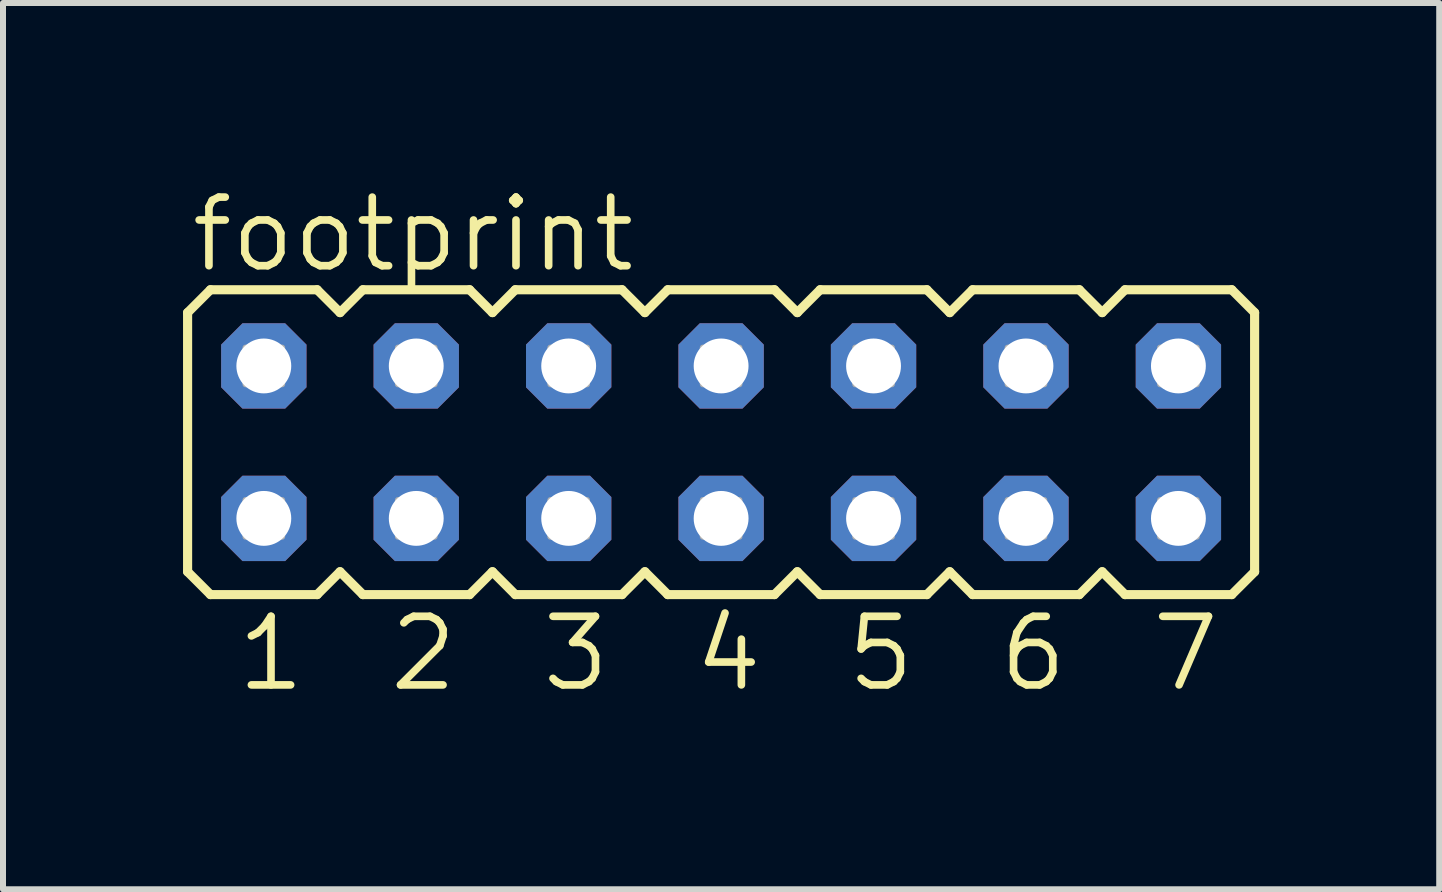
<source format=kicad_pcb>
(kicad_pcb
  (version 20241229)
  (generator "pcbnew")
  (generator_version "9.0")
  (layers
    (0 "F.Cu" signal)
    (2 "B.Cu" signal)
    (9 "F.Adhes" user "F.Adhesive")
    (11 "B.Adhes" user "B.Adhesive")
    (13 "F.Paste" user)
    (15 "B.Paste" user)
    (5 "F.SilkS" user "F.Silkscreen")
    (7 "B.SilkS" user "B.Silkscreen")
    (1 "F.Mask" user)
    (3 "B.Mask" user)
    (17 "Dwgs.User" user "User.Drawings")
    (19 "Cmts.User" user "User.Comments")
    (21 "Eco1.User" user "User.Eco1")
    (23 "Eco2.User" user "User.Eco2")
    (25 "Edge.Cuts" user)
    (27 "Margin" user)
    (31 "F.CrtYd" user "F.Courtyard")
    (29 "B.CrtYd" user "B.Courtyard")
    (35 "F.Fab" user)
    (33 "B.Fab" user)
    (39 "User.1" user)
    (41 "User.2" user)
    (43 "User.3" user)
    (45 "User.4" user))
  (footprint "footprint"
    (layer "F.Cu")
    (at 8.966 4.318)
    (property "Reference" "footprint" (at -8.89 -2.794 0) (layer "F.SilkS") (effects (font (size 1.143 1.143) (thickness 0.127)) (justify left bottom)))
    (fp_line (start -8.89 -2.159) (end -8.509 -2.54) (stroke (width 0.152) (type solid)) (layer "F.SilkS"))
    (fp_line (start -8.89 2.159) (end -8.89 -2.159) (stroke (width 0.152) (type solid)) (layer "F.SilkS"))
    (fp_line (start -8.89 2.159) (end -8.509 2.54) (stroke (width 0.152) (type solid)) (layer "F.SilkS"))
    (fp_line (start -8.509 -2.54) (end -6.731 -2.54) (stroke (width 0.152) (type solid)) (layer "F.SilkS"))
    (fp_line (start -8.509 2.54) (end -6.731 2.54) (stroke (width 0.152) (type solid)) (layer "F.SilkS"))
    (fp_line (start -6.731 -2.54) (end -6.35 -2.159) (stroke (width 0.152) (type solid)) (layer "F.SilkS"))
    (fp_line (start -6.35 -2.159) (end -5.969 -2.54) (stroke (width 0.152) (type solid)) (layer "F.SilkS"))
    (fp_line (start -6.35 2.159) (end -6.731 2.54) (stroke (width 0.152) (type solid)) (layer "F.SilkS"))
    (fp_line (start -6.35 2.159) (end -5.969 2.54) (stroke (width 0.152) (type solid)) (layer "F.SilkS"))
    (fp_line (start -5.969 -2.54) (end -4.191 -2.54) (stroke (width 0.152) (type solid)) (layer "F.SilkS"))
    (fp_line (start -4.191 2.54) (end -5.969 2.54) (stroke (width 0.152) (type solid)) (layer "F.SilkS"))
    (fp_line (start -3.81 -2.159) (end -4.191 -2.54) (stroke (width 0.152) (type solid)) (layer "F.SilkS"))
    (fp_line (start -3.81 -2.159) (end -3.429 -2.54) (stroke (width 0.152) (type solid)) (layer "F.SilkS"))
    (fp_line (start -3.81 2.159) (end -4.191 2.54) (stroke (width 0.152) (type solid)) (layer "F.SilkS"))
    (fp_line (start -3.81 2.159) (end -3.429 2.54) (stroke (width 0.152) (type solid)) (layer "F.SilkS"))
    (fp_line (start -3.429 -2.54) (end -1.651 -2.54) (stroke (width 0.152) (type solid)) (layer "F.SilkS"))
    (fp_line (start -1.651 2.54) (end -3.429 2.54) (stroke (width 0.152) (type solid)) (layer "F.SilkS"))
    (fp_line (start -1.651 2.54) (end -1.27 2.159) (stroke (width 0.152) (type solid)) (layer "F.SilkS"))
    (fp_line (start -1.27 -2.159) (end -1.651 -2.54) (stroke (width 0.152) (type solid)) (layer "F.SilkS"))
    (fp_line (start -1.27 -2.159) (end -0.889 -2.54) (stroke (width 0.152) (type solid)) (layer "F.SilkS"))
    (fp_line (start -1.27 2.159) (end -0.889 2.54) (stroke (width 0.152) (type solid)) (layer "F.SilkS"))
    (fp_line (start -0.889 -2.54) (end 0.889 -2.54) (stroke (width 0.152) (type solid)) (layer "F.SilkS"))
    (fp_line (start 0.889 2.54) (end -0.889 2.54) (stroke (width 0.152) (type solid)) (layer "F.SilkS"))
    (fp_line (start 0.889 2.54) (end 1.27 2.159) (stroke (width 0.152) (type solid)) (layer "F.SilkS"))
    (fp_line (start 1.27 -2.159) (end 0.889 -2.54) (stroke (width 0.152) (type solid)) (layer "F.SilkS"))
    (fp_line (start 1.27 -2.159) (end 1.651 -2.54) (stroke (width 0.152) (type solid)) (layer "F.SilkS"))
    (fp_line (start 1.27 2.159) (end 1.651 2.54) (stroke (width 0.152) (type solid)) (layer "F.SilkS"))
    (fp_line (start 1.651 -2.54) (end 3.429 -2.54) (stroke (width 0.152) (type solid)) (layer "F.SilkS"))
    (fp_line (start 3.429 2.54) (end 1.651 2.54) (stroke (width 0.152) (type solid)) (layer "F.SilkS"))
    (fp_line (start 3.429 2.54) (end 3.81 2.159) (stroke (width 0.152) (type solid)) (layer "F.SilkS"))
    (fp_line (start 3.81 -2.159) (end 3.429 -2.54) (stroke (width 0.152) (type solid)) (layer "F.SilkS"))
    (fp_line (start 3.81 -2.159) (end 4.191 -2.54) (stroke (width 0.152) (type solid)) (layer "F.SilkS"))
    (fp_line (start 3.81 2.159) (end 4.191 2.54) (stroke (width 0.152) (type solid)) (layer "F.SilkS"))
    (fp_line (start 4.191 -2.54) (end 5.969 -2.54) (stroke (width 0.152) (type solid)) (layer "F.SilkS"))
    (fp_line (start 5.969 2.54) (end 4.191 2.54) (stroke (width 0.152) (type solid)) (layer "F.SilkS"))
    (fp_line (start 5.969 2.54) (end 6.35 2.159) (stroke (width 0.152) (type solid)) (layer "F.SilkS"))
    (fp_line (start 6.35 -2.159) (end 5.969 -2.54) (stroke (width 0.152) (type solid)) (layer "F.SilkS"))
    (fp_line (start 6.35 -2.159) (end 6.731 -2.54) (stroke (width 0.152) (type solid)) (layer "F.SilkS"))
    (fp_line (start 6.35 2.159) (end 6.731 2.54) (stroke (width 0.152) (type solid)) (layer "F.SilkS"))
    (fp_line (start 6.731 -2.54) (end 8.509 -2.54) (stroke (width 0.152) (type solid)) (layer "F.SilkS"))
    (fp_line (start 8.509 2.54) (end 6.731 2.54) (stroke (width 0.152) (type solid)) (layer "F.SilkS"))
    (fp_line (start 8.509 2.54) (end 8.89 2.159) (stroke (width 0.152) (type solid)) (layer "F.SilkS"))
    (fp_line (start 8.89 -2.159) (end 8.509 -2.54) (stroke (width 0.152) (type solid)) (layer "F.SilkS"))
    (fp_line (start 8.89 -2.159) (end 8.89 2.159) (stroke (width 0.152) (type solid)) (layer "F.SilkS"))
    (fp_poly (pts (xy -7.925 -0.965) (xy -7.315 -0.965) (xy -7.315 -1.575) (xy -7.925 -1.575)) (stroke (width 0.1) (type solid)) (fill no) (layer "F.Fab"))
    (fp_poly (pts (xy -7.925 1.575) (xy -7.315 1.575) (xy -7.315 0.965) (xy -7.925 0.965)) (stroke (width 0.1) (type solid)) (fill no) (layer "F.Fab"))
    (fp_poly (pts (xy -5.385 -0.965) (xy -4.775 -0.965) (xy -4.775 -1.575) (xy -5.385 -1.575)) (stroke (width 0.1) (type solid)) (fill no) (layer "F.Fab"))
    (fp_poly (pts (xy -5.385 1.575) (xy -4.775 1.575) (xy -4.775 0.965) (xy -5.385 0.965)) (stroke (width 0.1) (type solid)) (fill no) (layer "F.Fab"))
    (fp_poly (pts (xy -2.845 -0.965) (xy -2.235 -0.965) (xy -2.235 -1.575) (xy -2.845 -1.575)) (stroke (width 0.1) (type solid)) (fill no) (layer "F.Fab"))
    (fp_poly (pts (xy -2.845 1.575) (xy -2.235 1.575) (xy -2.235 0.965) (xy -2.845 0.965)) (stroke (width 0.1) (type solid)) (fill no) (layer "F.Fab"))
    (fp_poly (pts (xy -0.305 -0.965) (xy 0.305 -0.965) (xy 0.305 -1.575) (xy -0.305 -1.575)) (stroke (width 0.1) (type solid)) (fill no) (layer "F.Fab"))
    (fp_poly (pts (xy -0.305 1.575) (xy 0.305 1.575) (xy 0.305 0.965) (xy -0.305 0.965)) (stroke (width 0.1) (type solid)) (fill no) (layer "F.Fab"))
    (fp_poly (pts (xy 2.235 -0.965) (xy 2.845 -0.965) (xy 2.845 -1.575) (xy 2.235 -1.575)) (stroke (width 0.1) (type solid)) (fill no) (layer "F.Fab"))
    (fp_poly (pts (xy 2.235 1.575) (xy 2.845 1.575) (xy 2.845 0.965) (xy 2.235 0.965)) (stroke (width 0.1) (type solid)) (fill no) (layer "F.Fab"))
    (fp_poly (pts (xy 4.775 -0.965) (xy 5.385 -0.965) (xy 5.385 -1.575) (xy 4.775 -1.575)) (stroke (width 0.1) (type solid)) (fill no) (layer "F.Fab"))
    (fp_poly (pts (xy 4.775 1.575) (xy 5.385 1.575) (xy 5.385 0.965) (xy 4.775 0.965)) (stroke (width 0.1) (type solid)) (fill no) (layer "F.Fab"))
    (fp_poly (pts (xy 7.315 -0.965) (xy 7.925 -0.965) (xy 7.925 -1.575) (xy 7.315 -1.575)) (stroke (width 0.1) (type solid)) (fill no) (layer "F.Fab"))
    (fp_poly (pts (xy 7.315 1.575) (xy 7.925 1.575) (xy 7.925 0.965) (xy 7.315 0.965)) (stroke (width 0.1) (type solid)) (fill no) (layer "F.Fab"))
    (fp_text user "5" (at 2.032 4.191 0) (layer "F.SilkS") (effects (font (size 1.143 1.143) (thickness 0.127)) (justify left bottom)))
    (fp_text user "1" (at -8.128 4.191 0) (layer "F.SilkS") (effects (font (size 1.143 1.143) (thickness 0.127)) (justify left bottom)))
    (fp_text user "7" (at 7.112 4.191 0) (layer "F.SilkS") (effects (font (size 1.143 1.143) (thickness 0.127)) (justify left bottom)))
    (fp_text user "3" (at -3.048 4.191 0) (layer "F.SilkS") (effects (font (size 1.143 1.143) (thickness 0.127)) (justify left bottom)))
    (fp_text user "4" (at -0.508 4.191 0) (layer "F.SilkS") (effects (font (size 1.143 1.143) (thickness 0.127)) (justify left bottom)))
    (fp_text user "2" (at -5.588 4.191 0) (layer "F.SilkS") (effects (font (size 1.143 1.143) (thickness 0.127)) (justify left bottom)))
    (fp_text user "6" (at 4.572 4.191 0) (layer "F.SilkS") (effects (font (size 1.143 1.143) (thickness 0.127)) (justify left bottom)))
    (pad "1" thru_hole roundrect (at -7.62 1.27) (size 1.422 1.422) (drill 0.914) (layers "*.Cu" "*.Mask") (roundrect_rratio 0.25) (chamfer_ratio 0.25) (chamfer top_left top_right bottom_left bottom_right))
    (pad "2" thru_hole roundrect (at -7.62 -1.27) (size 1.422 1.422) (drill 0.914) (layers "*.Cu" "*.Mask") (roundrect_rratio 0.25) (chamfer_ratio 0.25) (chamfer top_left top_right bottom_left bottom_right))
    (pad "3" thru_hole roundrect (at -5.08 1.27) (size 1.422 1.422) (drill 0.914) (layers "*.Cu" "*.Mask") (roundrect_rratio 0.25) (chamfer_ratio 0.25) (chamfer top_left top_right bottom_left bottom_right))
    (pad "4" thru_hole roundrect (at -5.08 -1.27) (size 1.422 1.422) (drill 0.914) (layers "*.Cu" "*.Mask") (roundrect_rratio 0.25) (chamfer_ratio 0.25) (chamfer top_left top_right bottom_left bottom_right))
    (pad "5" thru_hole roundrect (at -2.54 1.27) (size 1.422 1.422) (drill 0.914) (layers "*.Cu" "*.Mask") (roundrect_rratio 0.25) (chamfer_ratio 0.25) (chamfer top_left top_right bottom_left bottom_right))
    (pad "6" thru_hole roundrect (at -2.54 -1.27) (size 1.422 1.422) (drill 0.914) (layers "*.Cu" "*.Mask") (roundrect_rratio 0.25) (chamfer_ratio 0.25) (chamfer top_left top_right bottom_left bottom_right))
    (pad "7" thru_hole roundrect (at 0 1.27) (size 1.422 1.422) (drill 0.914) (layers "*.Cu" "*.Mask") (roundrect_rratio 0.25) (chamfer_ratio 0.25) (chamfer top_left top_right bottom_left bottom_right))
    (pad "8" thru_hole roundrect (at 0 -1.27) (size 1.422 1.422) (drill 0.914) (layers "*.Cu" "*.Mask") (roundrect_rratio 0.25) (chamfer_ratio 0.25) (chamfer top_left top_right bottom_left bottom_right))
    (pad "9" thru_hole roundrect (at 2.54 1.27) (size 1.422 1.422) (drill 0.914) (layers "*.Cu" "*.Mask") (roundrect_rratio 0.25) (chamfer_ratio 0.25) (chamfer top_left top_right bottom_left bottom_right))
    (pad "10" thru_hole roundrect (at 2.54 -1.27) (size 1.422 1.422) (drill 0.914) (layers "*.Cu" "*.Mask") (roundrect_rratio 0.25) (chamfer_ratio 0.25) (chamfer top_left top_right bottom_left bottom_right))
    (pad "11" thru_hole roundrect (at 5.08 1.27) (size 1.422 1.422) (drill 0.914) (layers "*.Cu" "*.Mask") (roundrect_rratio 0.25) (chamfer_ratio 0.25) (chamfer top_left top_right bottom_left bottom_right))
    (pad "12" thru_hole roundrect (at 5.08 -1.27) (size 1.422 1.422) (drill 0.914) (layers "*.Cu" "*.Mask") (roundrect_rratio 0.25) (chamfer_ratio 0.25) (chamfer top_left top_right bottom_left bottom_right))
    (pad "13" thru_hole roundrect (at 7.62 1.27) (size 1.422 1.422) (drill 0.914) (layers "*.Cu" "*.Mask") (roundrect_rratio 0.25) (chamfer_ratio 0.25) (chamfer top_left top_right bottom_left bottom_right))
    (pad "14" thru_hole roundrect (at 7.62 -1.27) (size 1.422 1.422) (drill 0.914) (layers "*.Cu" "*.Mask") (roundrect_rratio 0.25) (chamfer_ratio 0.25) (chamfer top_left top_right bottom_left bottom_right)))
  (gr_rect
    (start -3 -3)
    (end 20.932 11.768)
    (stroke (width 0.1) (type default))
    (fill no)
    (layer "Edge.Cuts")))
</source>
